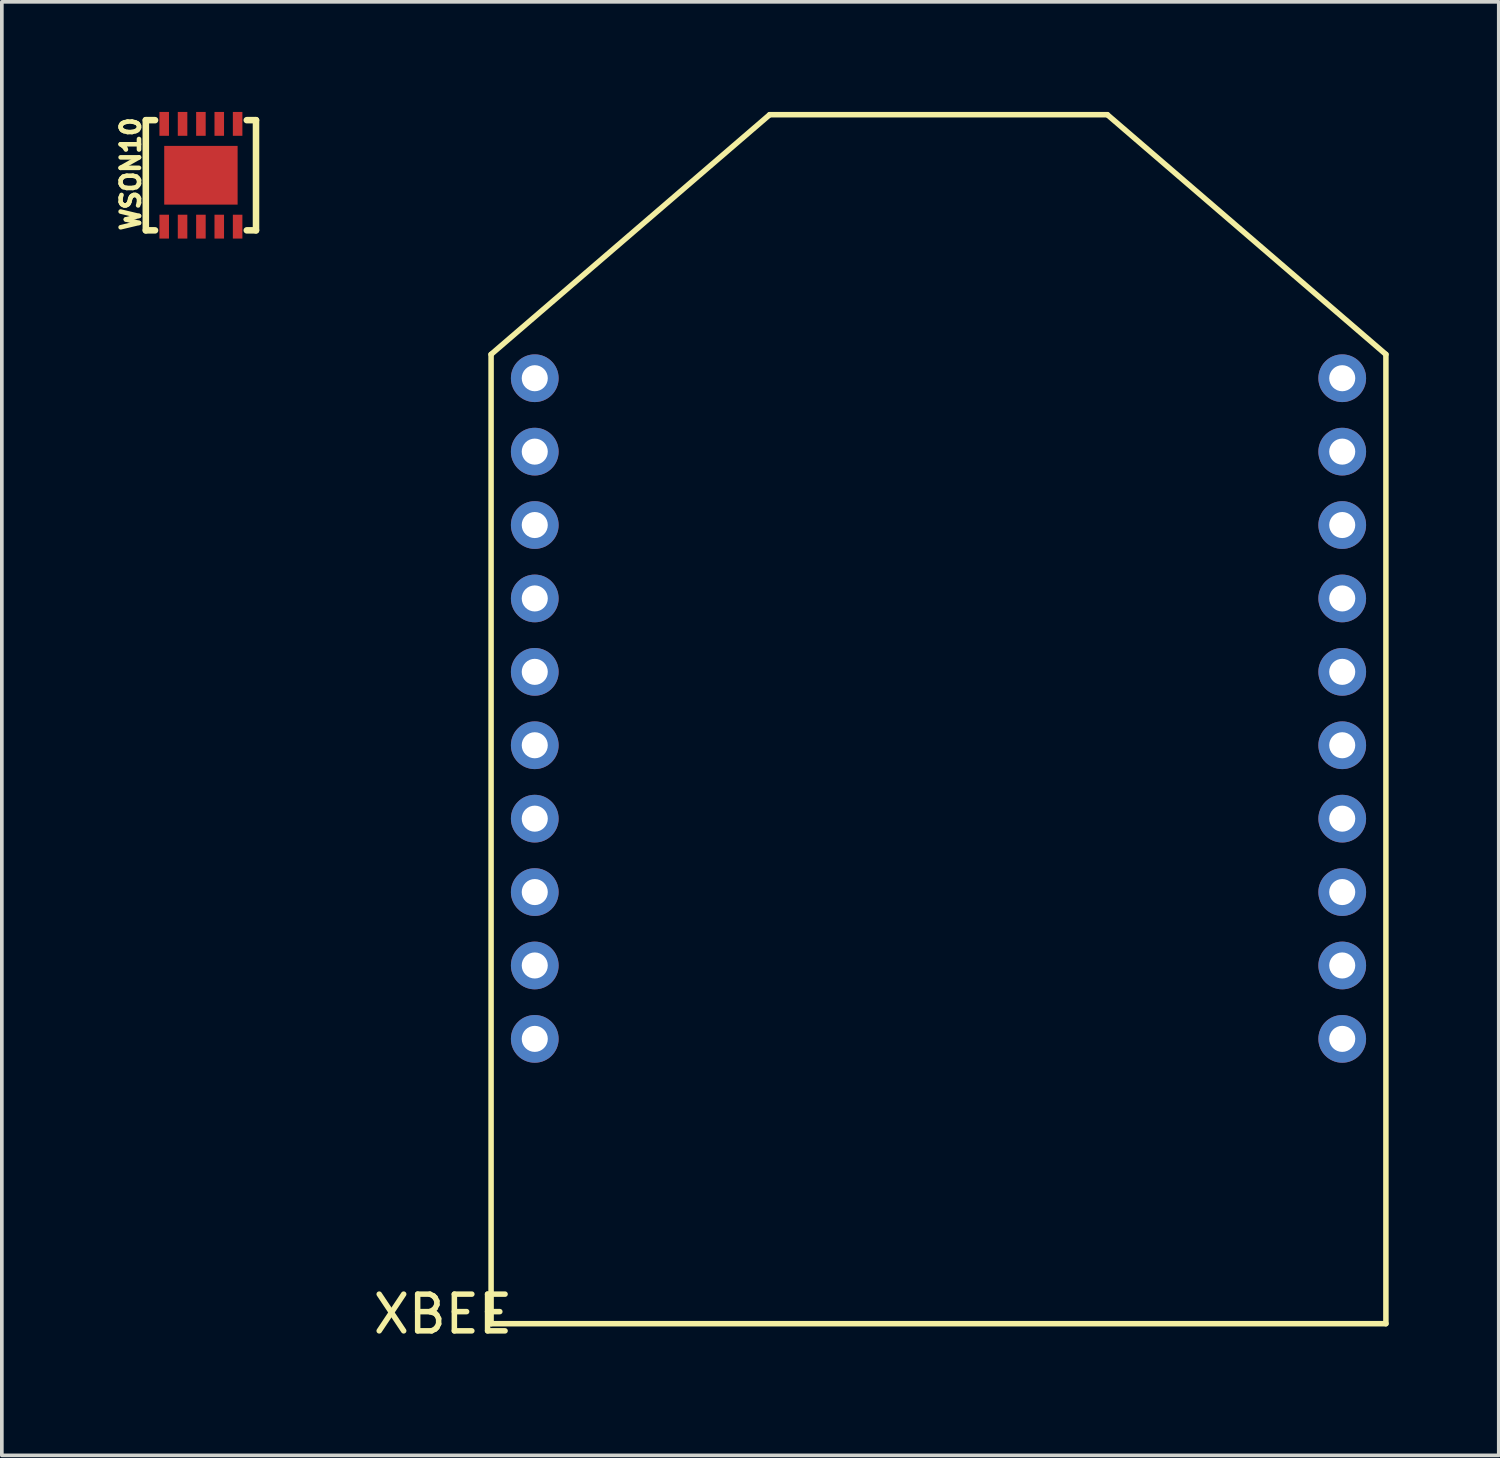
<source format=kicad_pcb>
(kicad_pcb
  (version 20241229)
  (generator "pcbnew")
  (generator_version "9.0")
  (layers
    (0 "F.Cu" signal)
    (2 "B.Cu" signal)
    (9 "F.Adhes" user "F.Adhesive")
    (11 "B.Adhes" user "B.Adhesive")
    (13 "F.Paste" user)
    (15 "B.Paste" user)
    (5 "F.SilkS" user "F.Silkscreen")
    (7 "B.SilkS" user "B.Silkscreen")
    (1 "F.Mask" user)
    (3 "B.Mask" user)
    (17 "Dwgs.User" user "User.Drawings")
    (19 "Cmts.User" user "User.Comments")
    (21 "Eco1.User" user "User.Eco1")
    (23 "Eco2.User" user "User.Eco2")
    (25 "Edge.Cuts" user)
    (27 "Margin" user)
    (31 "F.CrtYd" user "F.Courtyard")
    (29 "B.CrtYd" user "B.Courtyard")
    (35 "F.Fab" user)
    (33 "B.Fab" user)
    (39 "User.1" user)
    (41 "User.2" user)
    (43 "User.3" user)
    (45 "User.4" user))
  (footprint "WSON10"
    (layer "F.Cu")
    (at 2.424 1.725)
    (property "Reference" "WSON10" (at -1.912 -0.035 90) (layer "F.SilkS") (effects (font (size 0.5 0.5) (thickness 0.125))))
    (attr smd)
    (fp_line (start -1.501 -1.501) (end -1.501 1.501) (stroke (width 0.178) (type solid)) (layer "F.SilkS"))
    (fp_line (start -1.501 -1.501) (end -1.25 -1.501) (stroke (width 0.178) (type solid)) (layer "F.SilkS"))
    (fp_line (start -1.501 1.501) (end -1.25 1.501) (stroke (width 0.178) (type solid)) (layer "F.SilkS"))
    (fp_line (start 1.501 -1.501) (end 1.25 -1.501) (stroke (width 0.178) (type solid)) (layer "F.SilkS"))
    (fp_line (start 1.501 -1.501) (end 1.501 1.501) (stroke (width 0.178) (type solid)) (layer "F.SilkS"))
    (fp_line (start 1.501 1.501) (end 1.25 1.501) (stroke (width 0.178) (type solid)) (layer "F.SilkS"))
    (pad "1" smd rect (at -1 1.4) (size 0.26 0.65) (layers "F.Cu" "F.Mask" "F.Paste"))
    (pad "2" smd rect (at -0.5 1.4) (size 0.26 0.65) (layers "F.Cu" "F.Mask" "F.Paste"))
    (pad "3" smd rect (at 0 1.4) (size 0.26 0.65) (layers "F.Cu" "F.Mask" "F.Paste"))
    (pad "4" smd rect (at 0.5 1.4) (size 0.26 0.65) (layers "F.Cu" "F.Mask" "F.Paste"))
    (pad "5" smd rect (at 1 1.4) (size 0.26 0.65) (layers "F.Cu" "F.Mask" "F.Paste"))
    (pad "6" smd rect (at 1 -1.4) (size 0.26 0.65) (layers "F.Cu" "F.Mask" "F.Paste"))
    (pad "7" smd rect (at 0.5 -1.4) (size 0.26 0.65) (layers "F.Cu" "F.Mask" "F.Paste"))
    (pad "8" smd rect (at 0 -1.4) (size 0.26 0.65) (layers "F.Cu" "F.Mask" "F.Paste"))
    (pad "9" smd rect (at -0.5 -1.4) (size 0.26 0.65) (layers "F.Cu" "F.Mask" "F.Paste"))
    (pad "10" smd rect (at -1 -1.4) (size 0.26 0.65) (layers "F.Cu" "F.Mask" "F.Paste"))
    (pad "11" smd rect (at 0 0) (size 2 1.6) (layers "F.Cu" "F.Mask" "F.Paste")))
  (footprint "XBEE"
    (layer "F.Cu")
    (at 22.52 16.255)
    (property "Reference" "XBEE" (at -13.5 16.5 0) (layer "F.SilkS") (effects (font (size 1 1) (thickness 0.15))))
    (attr through_hole)
    (fp_line (start -12.19 -9.65) (end -4.6 -16.18) (stroke (width 0.15) (type solid)) (layer "F.SilkS"))
    (fp_line (start -12.19 16.76) (end -12.19 -9.65) (stroke (width 0.15) (type solid)) (layer "F.SilkS"))
    (fp_line (start -12.19 16.76) (end 12.19 16.76) (stroke (width 0.15) (type solid)) (layer "F.SilkS"))
    (fp_line (start -4.6 -16.18) (end 4.6 -16.18) (stroke (width 0.15) (type solid)) (layer "F.SilkS"))
    (fp_line (start 12.19 -9.65) (end 4.6 -16.18) (stroke (width 0.15) (type solid)) (layer "F.SilkS"))
    (fp_line (start 12.19 16.76) (end 12.19 -9.65) (stroke (width 0.15) (type solid)) (layer "F.SilkS"))
    (pad "1" thru_hole circle (at -11 -9) (size 1.3 1.3) (drill 0.71) (layers "*.Cu" "*.Mask"))
    (pad "2" thru_hole circle (at -11 -7) (size 1.3 1.3) (drill 0.71) (layers "*.Cu" "*.Mask"))
    (pad "3" thru_hole circle (at -11 -5) (size 1.3 1.3) (drill 0.71) (layers "*.Cu" "*.Mask"))
    (pad "4" thru_hole circle (at -11 -3) (size 1.3 1.3) (drill 0.71) (layers "*.Cu" "*.Mask"))
    (pad "5" thru_hole circle (at -11 -1) (size 1.3 1.3) (drill 0.71) (layers "*.Cu" "*.Mask"))
    (pad "6" thru_hole circle (at -11 1) (size 1.3 1.3) (drill 0.71) (layers "*.Cu" "*.Mask"))
    (pad "7" thru_hole circle (at -11 3) (size 1.3 1.3) (drill 0.71) (layers "*.Cu" "*.Mask"))
    (pad "8" thru_hole circle (at -11 5) (size 1.3 1.3) (drill 0.71) (layers "*.Cu" "*.Mask"))
    (pad "9" thru_hole circle (at -11 7) (size 1.3 1.3) (drill 0.71) (layers "*.Cu" "*.Mask"))
    (pad "10" thru_hole circle (at -11 9) (size 1.3 1.3) (drill 0.71) (layers "*.Cu" "*.Mask"))
    (pad "11" thru_hole circle (at 11 9) (size 1.3 1.3) (drill 0.71) (layers "*.Cu" "*.Mask"))
    (pad "12" thru_hole circle (at 11 7) (size 1.3 1.3) (drill 0.71) (layers "*.Cu" "*.Mask"))
    (pad "13" thru_hole circle (at 11 5) (size 1.3 1.3) (drill 0.71) (layers "*.Cu" "*.Mask"))
    (pad "14" thru_hole circle (at 11 3) (size 1.3 1.3) (drill 0.71) (layers "*.Cu" "*.Mask"))
    (pad "15" thru_hole circle (at 11 1) (size 1.3 1.3) (drill 0.71) (layers "*.Cu" "*.Mask"))
    (pad "16" thru_hole circle (at 11 -1) (size 1.3 1.3) (drill 0.71) (layers "*.Cu" "*.Mask"))
    (pad "17" thru_hole circle (at 11 -3) (size 1.3 1.3) (drill 0.71) (layers "*.Cu" "*.Mask"))
    (pad "18" thru_hole circle (at 11 -5) (size 1.3 1.3) (drill 0.71) (layers "*.Cu" "*.Mask"))
    (pad "19" thru_hole circle (at 11 -7) (size 1.3 1.3) (drill 0.71) (layers "*.Cu" "*.Mask"))
    (pad "20" thru_hole circle (at 11 -9) (size 1.3 1.3) (drill 0.71) (layers "*.Cu" "*.Mask")))
  (gr_rect
    (start -3 -3)
    (end 37.785 36.603)
    (stroke (width 0.1) (type default))
    (fill no)
    (layer "Edge.Cuts")))
</source>
